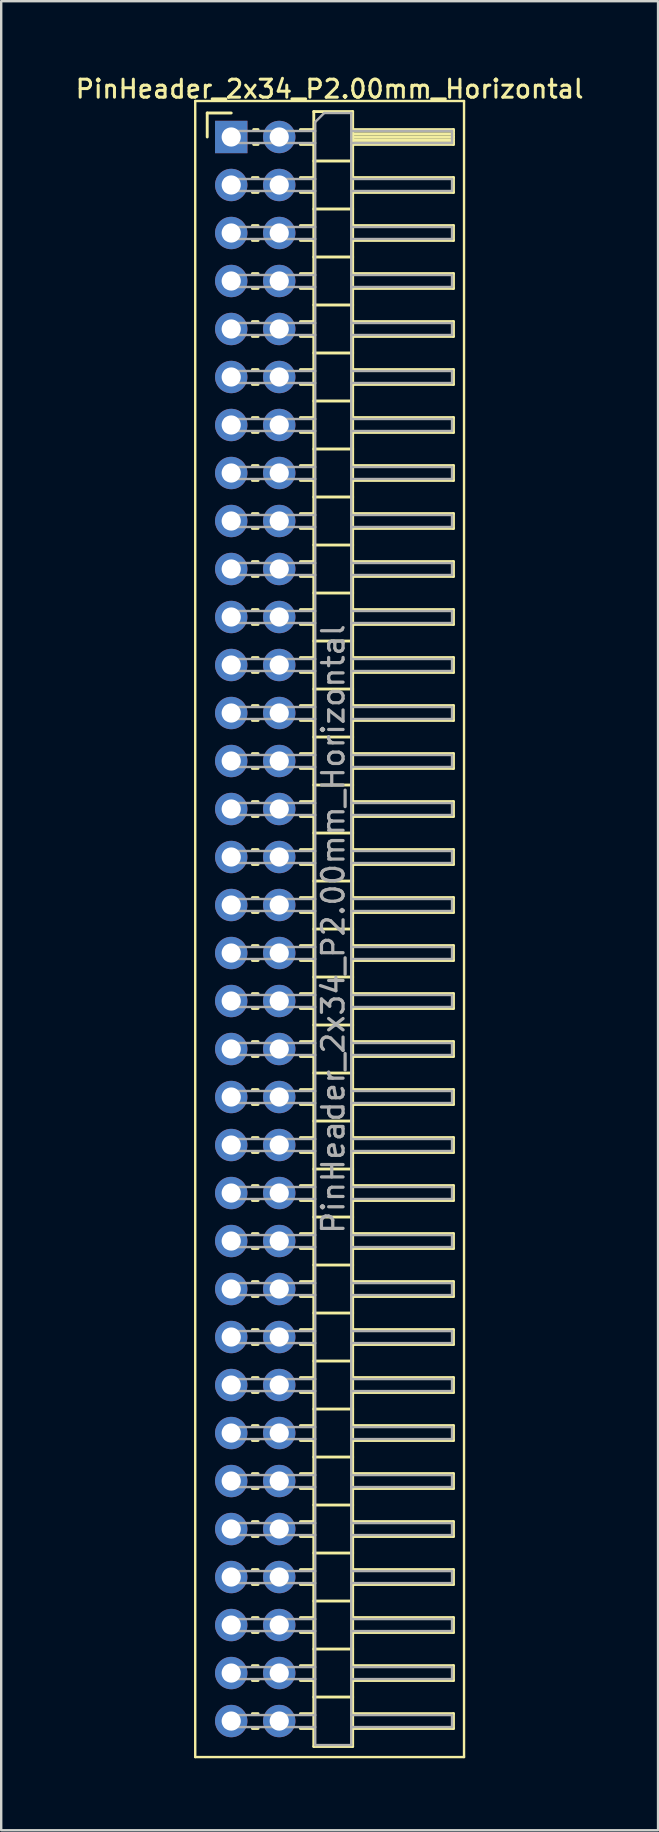
<source format=kicad_pcb>
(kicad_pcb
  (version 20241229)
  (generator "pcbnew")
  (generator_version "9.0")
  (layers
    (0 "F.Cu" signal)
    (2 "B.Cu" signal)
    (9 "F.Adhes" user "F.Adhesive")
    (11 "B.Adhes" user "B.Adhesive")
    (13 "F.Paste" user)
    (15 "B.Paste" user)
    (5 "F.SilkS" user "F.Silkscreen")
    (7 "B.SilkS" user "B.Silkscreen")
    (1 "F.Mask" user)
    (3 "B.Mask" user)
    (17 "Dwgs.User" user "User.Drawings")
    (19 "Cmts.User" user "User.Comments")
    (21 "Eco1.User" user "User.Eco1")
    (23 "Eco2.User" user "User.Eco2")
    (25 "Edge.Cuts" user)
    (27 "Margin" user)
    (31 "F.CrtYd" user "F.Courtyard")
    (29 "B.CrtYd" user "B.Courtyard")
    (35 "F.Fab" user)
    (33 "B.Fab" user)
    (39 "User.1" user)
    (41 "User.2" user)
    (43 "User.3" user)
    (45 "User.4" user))
  (footprint "PinHeader_2x34_P2.00mm_Horizontal"
    (layer "F.Cu")
    (at 6.584 2.658)
    (property "Reference" "PinHeader_2x34_P2.00mm_Horizontal" (at 4.1 -2 0) (layer "F.SilkS") (effects (font (size 0.75 0.75) (thickness 0.125))))
    (attr through_hole)
    (fp_line (start -1.5 -1.5) (end -1.5 67.5) (stroke (width 0.1) (type solid)) (layer "F.SilkS"))
    (fp_line (start -1.5 67.5) (end 9.7 67.5) (stroke (width 0.1) (type solid)) (layer "F.SilkS"))
    (fp_line (start -1 -1) (end 0 -1) (stroke (width 0.12) (type solid)) (layer "F.SilkS"))
    (fp_line (start -1 0) (end -1 -1) (stroke (width 0.12) (type solid)) (layer "F.SilkS"))
    (fp_line (start 0.882 1.69) (end 1.118 1.69) (stroke (width 0.12) (type solid)) (layer "F.SilkS"))
    (fp_line (start 0.882 2.31) (end 1.118 2.31) (stroke (width 0.12) (type solid)) (layer "F.SilkS"))
    (fp_line (start 0.882 3.69) (end 1.118 3.69) (stroke (width 0.12) (type solid)) (layer "F.SilkS"))
    (fp_line (start 0.882 4.31) (end 1.118 4.31) (stroke (width 0.12) (type solid)) (layer "F.SilkS"))
    (fp_line (start 0.882 5.69) (end 1.118 5.69) (stroke (width 0.12) (type solid)) (layer "F.SilkS"))
    (fp_line (start 0.882 6.31) (end 1.118 6.31) (stroke (width 0.12) (type solid)) (layer "F.SilkS"))
    (fp_line (start 0.882 7.69) (end 1.118 7.69) (stroke (width 0.12) (type solid)) (layer "F.SilkS"))
    (fp_line (start 0.882 8.31) (end 1.118 8.31) (stroke (width 0.12) (type solid)) (layer "F.SilkS"))
    (fp_line (start 0.882 9.69) (end 1.118 9.69) (stroke (width 0.12) (type solid)) (layer "F.SilkS"))
    (fp_line (start 0.882 10.31) (end 1.118 10.31) (stroke (width 0.12) (type solid)) (layer "F.SilkS"))
    (fp_line (start 0.882 11.69) (end 1.118 11.69) (stroke (width 0.12) (type solid)) (layer "F.SilkS"))
    (fp_line (start 0.882 12.31) (end 1.118 12.31) (stroke (width 0.12) (type solid)) (layer "F.SilkS"))
    (fp_line (start 0.882 13.69) (end 1.118 13.69) (stroke (width 0.12) (type solid)) (layer "F.SilkS"))
    (fp_line (start 0.882 14.31) (end 1.118 14.31) (stroke (width 0.12) (type solid)) (layer "F.SilkS"))
    (fp_line (start 0.882 15.69) (end 1.118 15.69) (stroke (width 0.12) (type solid)) (layer "F.SilkS"))
    (fp_line (start 0.882 16.31) (end 1.118 16.31) (stroke (width 0.12) (type solid)) (layer "F.SilkS"))
    (fp_line (start 0.882 17.69) (end 1.118 17.69) (stroke (width 0.12) (type solid)) (layer "F.SilkS"))
    (fp_line (start 0.882 18.31) (end 1.118 18.31) (stroke (width 0.12) (type solid)) (layer "F.SilkS"))
    (fp_line (start 0.882 19.69) (end 1.118 19.69) (stroke (width 0.12) (type solid)) (layer "F.SilkS"))
    (fp_line (start 0.882 20.31) (end 1.118 20.31) (stroke (width 0.12) (type solid)) (layer "F.SilkS"))
    (fp_line (start 0.882 21.69) (end 1.118 21.69) (stroke (width 0.12) (type solid)) (layer "F.SilkS"))
    (fp_line (start 0.882 22.31) (end 1.118 22.31) (stroke (width 0.12) (type solid)) (layer "F.SilkS"))
    (fp_line (start 0.882 23.69) (end 1.118 23.69) (stroke (width 0.12) (type solid)) (layer "F.SilkS"))
    (fp_line (start 0.882 24.31) (end 1.118 24.31) (stroke (width 0.12) (type solid)) (layer "F.SilkS"))
    (fp_line (start 0.882 25.69) (end 1.118 25.69) (stroke (width 0.12) (type solid)) (layer "F.SilkS"))
    (fp_line (start 0.882 26.31) (end 1.118 26.31) (stroke (width 0.12) (type solid)) (layer "F.SilkS"))
    (fp_line (start 0.882 27.69) (end 1.118 27.69) (stroke (width 0.12) (type solid)) (layer "F.SilkS"))
    (fp_line (start 0.882 28.31) (end 1.118 28.31) (stroke (width 0.12) (type solid)) (layer "F.SilkS"))
    (fp_line (start 0.882 29.69) (end 1.118 29.69) (stroke (width 0.12) (type solid)) (layer "F.SilkS"))
    (fp_line (start 0.882 30.31) (end 1.118 30.31) (stroke (width 0.12) (type solid)) (layer "F.SilkS"))
    (fp_line (start 0.882 31.69) (end 1.118 31.69) (stroke (width 0.12) (type solid)) (layer "F.SilkS"))
    (fp_line (start 0.882 32.31) (end 1.118 32.31) (stroke (width 0.12) (type solid)) (layer "F.SilkS"))
    (fp_line (start 0.882 33.69) (end 1.118 33.69) (stroke (width 0.12) (type solid)) (layer "F.SilkS"))
    (fp_line (start 0.882 34.31) (end 1.118 34.31) (stroke (width 0.12) (type solid)) (layer "F.SilkS"))
    (fp_line (start 0.882 35.69) (end 1.118 35.69) (stroke (width 0.12) (type solid)) (layer "F.SilkS"))
    (fp_line (start 0.882 36.31) (end 1.118 36.31) (stroke (width 0.12) (type solid)) (layer "F.SilkS"))
    (fp_line (start 0.882 37.69) (end 1.118 37.69) (stroke (width 0.12) (type solid)) (layer "F.SilkS"))
    (fp_line (start 0.882 38.31) (end 1.118 38.31) (stroke (width 0.12) (type solid)) (layer "F.SilkS"))
    (fp_line (start 0.882 39.69) (end 1.118 39.69) (stroke (width 0.12) (type solid)) (layer "F.SilkS"))
    (fp_line (start 0.882 40.31) (end 1.118 40.31) (stroke (width 0.12) (type solid)) (layer "F.SilkS"))
    (fp_line (start 0.882 41.69) (end 1.118 41.69) (stroke (width 0.12) (type solid)) (layer "F.SilkS"))
    (fp_line (start 0.882 42.31) (end 1.118 42.31) (stroke (width 0.12) (type solid)) (layer "F.SilkS"))
    (fp_line (start 0.882 43.69) (end 1.118 43.69) (stroke (width 0.12) (type solid)) (layer "F.SilkS"))
    (fp_line (start 0.882 44.31) (end 1.118 44.31) (stroke (width 0.12) (type solid)) (layer "F.SilkS"))
    (fp_line (start 0.882 45.69) (end 1.118 45.69) (stroke (width 0.12) (type solid)) (layer "F.SilkS"))
    (fp_line (start 0.882 46.31) (end 1.118 46.31) (stroke (width 0.12) (type solid)) (layer "F.SilkS"))
    (fp_line (start 0.882 47.69) (end 1.118 47.69) (stroke (width 0.12) (type solid)) (layer "F.SilkS"))
    (fp_line (start 0.882 48.31) (end 1.118 48.31) (stroke (width 0.12) (type solid)) (layer "F.SilkS"))
    (fp_line (start 0.882 49.69) (end 1.118 49.69) (stroke (width 0.12) (type solid)) (layer "F.SilkS"))
    (fp_line (start 0.882 50.31) (end 1.118 50.31) (stroke (width 0.12) (type solid)) (layer "F.SilkS"))
    (fp_line (start 0.882 51.69) (end 1.118 51.69) (stroke (width 0.12) (type solid)) (layer "F.SilkS"))
    (fp_line (start 0.882 52.31) (end 1.118 52.31) (stroke (width 0.12) (type solid)) (layer "F.SilkS"))
    (fp_line (start 0.882 53.69) (end 1.118 53.69) (stroke (width 0.12) (type solid)) (layer "F.SilkS"))
    (fp_line (start 0.882 54.31) (end 1.118 54.31) (stroke (width 0.12) (type solid)) (layer "F.SilkS"))
    (fp_line (start 0.882 55.69) (end 1.118 55.69) (stroke (width 0.12) (type solid)) (layer "F.SilkS"))
    (fp_line (start 0.882 56.31) (end 1.118 56.31) (stroke (width 0.12) (type solid)) (layer "F.SilkS"))
    (fp_line (start 0.882 57.69) (end 1.118 57.69) (stroke (width 0.12) (type solid)) (layer "F.SilkS"))
    (fp_line (start 0.882 58.31) (end 1.118 58.31) (stroke (width 0.12) (type solid)) (layer "F.SilkS"))
    (fp_line (start 0.882 59.69) (end 1.118 59.69) (stroke (width 0.12) (type solid)) (layer "F.SilkS"))
    (fp_line (start 0.882 60.31) (end 1.118 60.31) (stroke (width 0.12) (type solid)) (layer "F.SilkS"))
    (fp_line (start 0.882 61.69) (end 1.118 61.69) (stroke (width 0.12) (type solid)) (layer "F.SilkS"))
    (fp_line (start 0.882 62.31) (end 1.118 62.31) (stroke (width 0.12) (type solid)) (layer "F.SilkS"))
    (fp_line (start 0.882 63.69) (end 1.118 63.69) (stroke (width 0.12) (type solid)) (layer "F.SilkS"))
    (fp_line (start 0.882 64.31) (end 1.118 64.31) (stroke (width 0.12) (type solid)) (layer "F.SilkS"))
    (fp_line (start 0.882 65.69) (end 1.118 65.69) (stroke (width 0.12) (type solid)) (layer "F.SilkS"))
    (fp_line (start 0.882 66.31) (end 1.118 66.31) (stroke (width 0.12) (type solid)) (layer "F.SilkS"))
    (fp_line (start 0.935 -0.31) (end 1.118 -0.31) (stroke (width 0.12) (type solid)) (layer "F.SilkS"))
    (fp_line (start 0.935 0.31) (end 1.118 0.31) (stroke (width 0.12) (type solid)) (layer "F.SilkS"))
    (fp_line (start 2.882 -0.31) (end 3.44 -0.31) (stroke (width 0.12) (type solid)) (layer "F.SilkS"))
    (fp_line (start 2.882 0.31) (end 3.44 0.31) (stroke (width 0.12) (type solid)) (layer "F.SilkS"))
    (fp_line (start 2.882 1.69) (end 3.44 1.69) (stroke (width 0.12) (type solid)) (layer "F.SilkS"))
    (fp_line (start 2.882 2.31) (end 3.44 2.31) (stroke (width 0.12) (type solid)) (layer "F.SilkS"))
    (fp_line (start 2.882 3.69) (end 3.44 3.69) (stroke (width 0.12) (type solid)) (layer "F.SilkS"))
    (fp_line (start 2.882 4.31) (end 3.44 4.31) (stroke (width 0.12) (type solid)) (layer "F.SilkS"))
    (fp_line (start 2.882 5.69) (end 3.44 5.69) (stroke (width 0.12) (type solid)) (layer "F.SilkS"))
    (fp_line (start 2.882 6.31) (end 3.44 6.31) (stroke (width 0.12) (type solid)) (layer "F.SilkS"))
    (fp_line (start 2.882 7.69) (end 3.44 7.69) (stroke (width 0.12) (type solid)) (layer "F.SilkS"))
    (fp_line (start 2.882 8.31) (end 3.44 8.31) (stroke (width 0.12) (type solid)) (layer "F.SilkS"))
    (fp_line (start 2.882 9.69) (end 3.44 9.69) (stroke (width 0.12) (type solid)) (layer "F.SilkS"))
    (fp_line (start 2.882 10.31) (end 3.44 10.31) (stroke (width 0.12) (type solid)) (layer "F.SilkS"))
    (fp_line (start 2.882 11.69) (end 3.44 11.69) (stroke (width 0.12) (type solid)) (layer "F.SilkS"))
    (fp_line (start 2.882 12.31) (end 3.44 12.31) (stroke (width 0.12) (type solid)) (layer "F.SilkS"))
    (fp_line (start 2.882 13.69) (end 3.44 13.69) (stroke (width 0.12) (type solid)) (layer "F.SilkS"))
    (fp_line (start 2.882 14.31) (end 3.44 14.31) (stroke (width 0.12) (type solid)) (layer "F.SilkS"))
    (fp_line (start 2.882 15.69) (end 3.44 15.69) (stroke (width 0.12) (type solid)) (layer "F.SilkS"))
    (fp_line (start 2.882 16.31) (end 3.44 16.31) (stroke (width 0.12) (type solid)) (layer "F.SilkS"))
    (fp_line (start 2.882 17.69) (end 3.44 17.69) (stroke (width 0.12) (type solid)) (layer "F.SilkS"))
    (fp_line (start 2.882 18.31) (end 3.44 18.31) (stroke (width 0.12) (type solid)) (layer "F.SilkS"))
    (fp_line (start 2.882 19.69) (end 3.44 19.69) (stroke (width 0.12) (type solid)) (layer "F.SilkS"))
    (fp_line (start 2.882 20.31) (end 3.44 20.31) (stroke (width 0.12) (type solid)) (layer "F.SilkS"))
    (fp_line (start 2.882 21.69) (end 3.44 21.69) (stroke (width 0.12) (type solid)) (layer "F.SilkS"))
    (fp_line (start 2.882 22.31) (end 3.44 22.31) (stroke (width 0.12) (type solid)) (layer "F.SilkS"))
    (fp_line (start 2.882 23.69) (end 3.44 23.69) (stroke (width 0.12) (type solid)) (layer "F.SilkS"))
    (fp_line (start 2.882 24.31) (end 3.44 24.31) (stroke (width 0.12) (type solid)) (layer "F.SilkS"))
    (fp_line (start 2.882 25.69) (end 3.44 25.69) (stroke (width 0.12) (type solid)) (layer "F.SilkS"))
    (fp_line (start 2.882 26.31) (end 3.44 26.31) (stroke (width 0.12) (type solid)) (layer "F.SilkS"))
    (fp_line (start 2.882 27.69) (end 3.44 27.69) (stroke (width 0.12) (type solid)) (layer "F.SilkS"))
    (fp_line (start 2.882 28.31) (end 3.44 28.31) (stroke (width 0.12) (type solid)) (layer "F.SilkS"))
    (fp_line (start 2.882 29.69) (end 3.44 29.69) (stroke (width 0.12) (type solid)) (layer "F.SilkS"))
    (fp_line (start 2.882 30.31) (end 3.44 30.31) (stroke (width 0.12) (type solid)) (layer "F.SilkS"))
    (fp_line (start 2.882 31.69) (end 3.44 31.69) (stroke (width 0.12) (type solid)) (layer "F.SilkS"))
    (fp_line (start 2.882 32.31) (end 3.44 32.31) (stroke (width 0.12) (type solid)) (layer "F.SilkS"))
    (fp_line (start 2.882 33.69) (end 3.44 33.69) (stroke (width 0.12) (type solid)) (layer "F.SilkS"))
    (fp_line (start 2.882 34.31) (end 3.44 34.31) (stroke (width 0.12) (type solid)) (layer "F.SilkS"))
    (fp_line (start 2.882 35.69) (end 3.44 35.69) (stroke (width 0.12) (type solid)) (layer "F.SilkS"))
    (fp_line (start 2.882 36.31) (end 3.44 36.31) (stroke (width 0.12) (type solid)) (layer "F.SilkS"))
    (fp_line (start 2.882 37.69) (end 3.44 37.69) (stroke (width 0.12) (type solid)) (layer "F.SilkS"))
    (fp_line (start 2.882 38.31) (end 3.44 38.31) (stroke (width 0.12) (type solid)) (layer "F.SilkS"))
    (fp_line (start 2.882 39.69) (end 3.44 39.69) (stroke (width 0.12) (type solid)) (layer "F.SilkS"))
    (fp_line (start 2.882 40.31) (end 3.44 40.31) (stroke (width 0.12) (type solid)) (layer "F.SilkS"))
    (fp_line (start 2.882 41.69) (end 3.44 41.69) (stroke (width 0.12) (type solid)) (layer "F.SilkS"))
    (fp_line (start 2.882 42.31) (end 3.44 42.31) (stroke (width 0.12) (type solid)) (layer "F.SilkS"))
    (fp_line (start 2.882 43.69) (end 3.44 43.69) (stroke (width 0.12) (type solid)) (layer "F.SilkS"))
    (fp_line (start 2.882 44.31) (end 3.44 44.31) (stroke (width 0.12) (type solid)) (layer "F.SilkS"))
    (fp_line (start 2.882 45.69) (end 3.44 45.69) (stroke (width 0.12) (type solid)) (layer "F.SilkS"))
    (fp_line (start 2.882 46.31) (end 3.44 46.31) (stroke (width 0.12) (type solid)) (layer "F.SilkS"))
    (fp_line (start 2.882 47.69) (end 3.44 47.69) (stroke (width 0.12) (type solid)) (layer "F.SilkS"))
    (fp_line (start 2.882 48.31) (end 3.44 48.31) (stroke (width 0.12) (type solid)) (layer "F.SilkS"))
    (fp_line (start 2.882 49.69) (end 3.44 49.69) (stroke (width 0.12) (type solid)) (layer "F.SilkS"))
    (fp_line (start 2.882 50.31) (end 3.44 50.31) (stroke (width 0.12) (type solid)) (layer "F.SilkS"))
    (fp_line (start 2.882 51.69) (end 3.44 51.69) (stroke (width 0.12) (type solid)) (layer "F.SilkS"))
    (fp_line (start 2.882 52.31) (end 3.44 52.31) (stroke (width 0.12) (type solid)) (layer "F.SilkS"))
    (fp_line (start 2.882 53.69) (end 3.44 53.69) (stroke (width 0.12) (type solid)) (layer "F.SilkS"))
    (fp_line (start 2.882 54.31) (end 3.44 54.31) (stroke (width 0.12) (type solid)) (layer "F.SilkS"))
    (fp_line (start 2.882 55.69) (end 3.44 55.69) (stroke (width 0.12) (type solid)) (layer "F.SilkS"))
    (fp_line (start 2.882 56.31) (end 3.44 56.31) (stroke (width 0.12) (type solid)) (layer "F.SilkS"))
    (fp_line (start 2.882 57.69) (end 3.44 57.69) (stroke (width 0.12) (type solid)) (layer "F.SilkS"))
    (fp_line (start 2.882 58.31) (end 3.44 58.31) (stroke (width 0.12) (type solid)) (layer "F.SilkS"))
    (fp_line (start 2.882 59.69) (end 3.44 59.69) (stroke (width 0.12) (type solid)) (layer "F.SilkS"))
    (fp_line (start 2.882 60.31) (end 3.44 60.31) (stroke (width 0.12) (type solid)) (layer "F.SilkS"))
    (fp_line (start 2.882 61.69) (end 3.44 61.69) (stroke (width 0.12) (type solid)) (layer "F.SilkS"))
    (fp_line (start 2.882 62.31) (end 3.44 62.31) (stroke (width 0.12) (type solid)) (layer "F.SilkS"))
    (fp_line (start 2.882 63.69) (end 3.44 63.69) (stroke (width 0.12) (type solid)) (layer "F.SilkS"))
    (fp_line (start 2.882 64.31) (end 3.44 64.31) (stroke (width 0.12) (type solid)) (layer "F.SilkS"))
    (fp_line (start 2.882 65.69) (end 3.44 65.69) (stroke (width 0.12) (type solid)) (layer "F.SilkS"))
    (fp_line (start 2.882 66.31) (end 3.44 66.31) (stroke (width 0.12) (type solid)) (layer "F.SilkS"))
    (fp_line (start 3.44 -1.06) (end 3.44 67.06) (stroke (width 0.12) (type solid)) (layer "F.SilkS"))
    (fp_line (start 3.44 1) (end 5.06 1) (stroke (width 0.12) (type solid)) (layer "F.SilkS"))
    (fp_line (start 3.44 3) (end 5.06 3) (stroke (width 0.12) (type solid)) (layer "F.SilkS"))
    (fp_line (start 3.44 5) (end 5.06 5) (stroke (width 0.12) (type solid)) (layer "F.SilkS"))
    (fp_line (start 3.44 7) (end 5.06 7) (stroke (width 0.12) (type solid)) (layer "F.SilkS"))
    (fp_line (start 3.44 9) (end 5.06 9) (stroke (width 0.12) (type solid)) (layer "F.SilkS"))
    (fp_line (start 3.44 11) (end 5.06 11) (stroke (width 0.12) (type solid)) (layer "F.SilkS"))
    (fp_line (start 3.44 13) (end 5.06 13) (stroke (width 0.12) (type solid)) (layer "F.SilkS"))
    (fp_line (start 3.44 15) (end 5.06 15) (stroke (width 0.12) (type solid)) (layer "F.SilkS"))
    (fp_line (start 3.44 17) (end 5.06 17) (stroke (width 0.12) (type solid)) (layer "F.SilkS"))
    (fp_line (start 3.44 19) (end 5.06 19) (stroke (width 0.12) (type solid)) (layer "F.SilkS"))
    (fp_line (start 3.44 21) (end 5.06 21) (stroke (width 0.12) (type solid)) (layer "F.SilkS"))
    (fp_line (start 3.44 23) (end 5.06 23) (stroke (width 0.12) (type solid)) (layer "F.SilkS"))
    (fp_line (start 3.44 25) (end 5.06 25) (stroke (width 0.12) (type solid)) (layer "F.SilkS"))
    (fp_line (start 3.44 27) (end 5.06 27) (stroke (width 0.12) (type solid)) (layer "F.SilkS"))
    (fp_line (start 3.44 29) (end 5.06 29) (stroke (width 0.12) (type solid)) (layer "F.SilkS"))
    (fp_line (start 3.44 31) (end 5.06 31) (stroke (width 0.12) (type solid)) (layer "F.SilkS"))
    (fp_line (start 3.44 33) (end 5.06 33) (stroke (width 0.12) (type solid)) (layer "F.SilkS"))
    (fp_line (start 3.44 35) (end 5.06 35) (stroke (width 0.12) (type solid)) (layer "F.SilkS"))
    (fp_line (start 3.44 37) (end 5.06 37) (stroke (width 0.12) (type solid)) (layer "F.SilkS"))
    (fp_line (start 3.44 39) (end 5.06 39) (stroke (width 0.12) (type solid)) (layer "F.SilkS"))
    (fp_line (start 3.44 41) (end 5.06 41) (stroke (width 0.12) (type solid)) (layer "F.SilkS"))
    (fp_line (start 3.44 43) (end 5.06 43) (stroke (width 0.12) (type solid)) (layer "F.SilkS"))
    (fp_line (start 3.44 45) (end 5.06 45) (stroke (width 0.12) (type solid)) (layer "F.SilkS"))
    (fp_line (start 3.44 47) (end 5.06 47) (stroke (width 0.12) (type solid)) (layer "F.SilkS"))
    (fp_line (start 3.44 49) (end 5.06 49) (stroke (width 0.12) (type solid)) (layer "F.SilkS"))
    (fp_line (start 3.44 51) (end 5.06 51) (stroke (width 0.12) (type solid)) (layer "F.SilkS"))
    (fp_line (start 3.44 53) (end 5.06 53) (stroke (width 0.12) (type solid)) (layer "F.SilkS"))
    (fp_line (start 3.44 55) (end 5.06 55) (stroke (width 0.12) (type solid)) (layer "F.SilkS"))
    (fp_line (start 3.44 57) (end 5.06 57) (stroke (width 0.12) (type solid)) (layer "F.SilkS"))
    (fp_line (start 3.44 59) (end 5.06 59) (stroke (width 0.12) (type solid)) (layer "F.SilkS"))
    (fp_line (start 3.44 61) (end 5.06 61) (stroke (width 0.12) (type solid)) (layer "F.SilkS"))
    (fp_line (start 3.44 63) (end 5.06 63) (stroke (width 0.12) (type solid)) (layer "F.SilkS"))
    (fp_line (start 3.44 65) (end 5.06 65) (stroke (width 0.12) (type solid)) (layer "F.SilkS"))
    (fp_line (start 3.44 67.06) (end 5.06 67.06) (stroke (width 0.12) (type solid)) (layer "F.SilkS"))
    (fp_line (start 5.06 -1.06) (end 3.44 -1.06) (stroke (width 0.12) (type solid)) (layer "F.SilkS"))
    (fp_line (start 5.06 -0.31) (end 9.26 -0.31) (stroke (width 0.12) (type solid)) (layer "F.SilkS"))
    (fp_line (start 5.06 -0.25) (end 9.26 -0.25) (stroke (width 0.12) (type solid)) (layer "F.SilkS"))
    (fp_line (start 5.06 -0.13) (end 9.26 -0.13) (stroke (width 0.12) (type solid)) (layer "F.SilkS"))
    (fp_line (start 5.06 -0.01) (end 9.26 -0.01) (stroke (width 0.12) (type solid)) (layer "F.SilkS"))
    (fp_line (start 5.06 0.11) (end 9.26 0.11) (stroke (width 0.12) (type solid)) (layer "F.SilkS"))
    (fp_line (start 5.06 0.23) (end 9.26 0.23) (stroke (width 0.12) (type solid)) (layer "F.SilkS"))
    (fp_line (start 5.06 1.69) (end 9.26 1.69) (stroke (width 0.12) (type solid)) (layer "F.SilkS"))
    (fp_line (start 5.06 3.69) (end 9.26 3.69) (stroke (width 0.12) (type solid)) (layer "F.SilkS"))
    (fp_line (start 5.06 5.69) (end 9.26 5.69) (stroke (width 0.12) (type solid)) (layer "F.SilkS"))
    (fp_line (start 5.06 7.69) (end 9.26 7.69) (stroke (width 0.12) (type solid)) (layer "F.SilkS"))
    (fp_line (start 5.06 9.69) (end 9.26 9.69) (stroke (width 0.12) (type solid)) (layer "F.SilkS"))
    (fp_line (start 5.06 11.69) (end 9.26 11.69) (stroke (width 0.12) (type solid)) (layer "F.SilkS"))
    (fp_line (start 5.06 13.69) (end 9.26 13.69) (stroke (width 0.12) (type solid)) (layer "F.SilkS"))
    (fp_line (start 5.06 15.69) (end 9.26 15.69) (stroke (width 0.12) (type solid)) (layer "F.SilkS"))
    (fp_line (start 5.06 17.69) (end 9.26 17.69) (stroke (width 0.12) (type solid)) (layer "F.SilkS"))
    (fp_line (start 5.06 19.69) (end 9.26 19.69) (stroke (width 0.12) (type solid)) (layer "F.SilkS"))
    (fp_line (start 5.06 21.69) (end 9.26 21.69) (stroke (width 0.12) (type solid)) (layer "F.SilkS"))
    (fp_line (start 5.06 23.69) (end 9.26 23.69) (stroke (width 0.12) (type solid)) (layer "F.SilkS"))
    (fp_line (start 5.06 25.69) (end 9.26 25.69) (stroke (width 0.12) (type solid)) (layer "F.SilkS"))
    (fp_line (start 5.06 27.69) (end 9.26 27.69) (stroke (width 0.12) (type solid)) (layer "F.SilkS"))
    (fp_line (start 5.06 29.69) (end 9.26 29.69) (stroke (width 0.12) (type solid)) (layer "F.SilkS"))
    (fp_line (start 5.06 31.69) (end 9.26 31.69) (stroke (width 0.12) (type solid)) (layer "F.SilkS"))
    (fp_line (start 5.06 33.69) (end 9.26 33.69) (stroke (width 0.12) (type solid)) (layer "F.SilkS"))
    (fp_line (start 5.06 35.69) (end 9.26 35.69) (stroke (width 0.12) (type solid)) (layer "F.SilkS"))
    (fp_line (start 5.06 37.69) (end 9.26 37.69) (stroke (width 0.12) (type solid)) (layer "F.SilkS"))
    (fp_line (start 5.06 39.69) (end 9.26 39.69) (stroke (width 0.12) (type solid)) (layer "F.SilkS"))
    (fp_line (start 5.06 41.69) (end 9.26 41.69) (stroke (width 0.12) (type solid)) (layer "F.SilkS"))
    (fp_line (start 5.06 43.69) (end 9.26 43.69) (stroke (width 0.12) (type solid)) (layer "F.SilkS"))
    (fp_line (start 5.06 45.69) (end 9.26 45.69) (stroke (width 0.12) (type solid)) (layer "F.SilkS"))
    (fp_line (start 5.06 47.69) (end 9.26 47.69) (stroke (width 0.12) (type solid)) (layer "F.SilkS"))
    (fp_line (start 5.06 49.69) (end 9.26 49.69) (stroke (width 0.12) (type solid)) (layer "F.SilkS"))
    (fp_line (start 5.06 51.69) (end 9.26 51.69) (stroke (width 0.12) (type solid)) (layer "F.SilkS"))
    (fp_line (start 5.06 53.69) (end 9.26 53.69) (stroke (width 0.12) (type solid)) (layer "F.SilkS"))
    (fp_line (start 5.06 55.69) (end 9.26 55.69) (stroke (width 0.12) (type solid)) (layer "F.SilkS"))
    (fp_line (start 5.06 57.69) (end 9.26 57.69) (stroke (width 0.12) (type solid)) (layer "F.SilkS"))
    (fp_line (start 5.06 59.69) (end 9.26 59.69) (stroke (width 0.12) (type solid)) (layer "F.SilkS"))
    (fp_line (start 5.06 61.69) (end 9.26 61.69) (stroke (width 0.12) (type solid)) (layer "F.SilkS"))
    (fp_line (start 5.06 63.69) (end 9.26 63.69) (stroke (width 0.12) (type solid)) (layer "F.SilkS"))
    (fp_line (start 5.06 65.69) (end 9.26 65.69) (stroke (width 0.12) (type solid)) (layer "F.SilkS"))
    (fp_line (start 5.06 67.06) (end 5.06 -1.06) (stroke (width 0.12) (type solid)) (layer "F.SilkS"))
    (fp_line (start 9.26 -0.31) (end 9.26 0.31) (stroke (width 0.12) (type solid)) (layer "F.SilkS"))
    (fp_line (start 9.26 0.31) (end 5.06 0.31) (stroke (width 0.12) (type solid)) (layer "F.SilkS"))
    (fp_line (start 9.26 1.69) (end 9.26 2.31) (stroke (width 0.12) (type solid)) (layer "F.SilkS"))
    (fp_line (start 9.26 2.31) (end 5.06 2.31) (stroke (width 0.12) (type solid)) (layer "F.SilkS"))
    (fp_line (start 9.26 3.69) (end 9.26 4.31) (stroke (width 0.12) (type solid)) (layer "F.SilkS"))
    (fp_line (start 9.26 4.31) (end 5.06 4.31) (stroke (width 0.12) (type solid)) (layer "F.SilkS"))
    (fp_line (start 9.26 5.69) (end 9.26 6.31) (stroke (width 0.12) (type solid)) (layer "F.SilkS"))
    (fp_line (start 9.26 6.31) (end 5.06 6.31) (stroke (width 0.12) (type solid)) (layer "F.SilkS"))
    (fp_line (start 9.26 7.69) (end 9.26 8.31) (stroke (width 0.12) (type solid)) (layer "F.SilkS"))
    (fp_line (start 9.26 8.31) (end 5.06 8.31) (stroke (width 0.12) (type solid)) (layer "F.SilkS"))
    (fp_line (start 9.26 9.69) (end 9.26 10.31) (stroke (width 0.12) (type solid)) (layer "F.SilkS"))
    (fp_line (start 9.26 10.31) (end 5.06 10.31) (stroke (width 0.12) (type solid)) (layer "F.SilkS"))
    (fp_line (start 9.26 11.69) (end 9.26 12.31) (stroke (width 0.12) (type solid)) (layer "F.SilkS"))
    (fp_line (start 9.26 12.31) (end 5.06 12.31) (stroke (width 0.12) (type solid)) (layer "F.SilkS"))
    (fp_line (start 9.26 13.69) (end 9.26 14.31) (stroke (width 0.12) (type solid)) (layer "F.SilkS"))
    (fp_line (start 9.26 14.31) (end 5.06 14.31) (stroke (width 0.12) (type solid)) (layer "F.SilkS"))
    (fp_line (start 9.26 15.69) (end 9.26 16.31) (stroke (width 0.12) (type solid)) (layer "F.SilkS"))
    (fp_line (start 9.26 16.31) (end 5.06 16.31) (stroke (width 0.12) (type solid)) (layer "F.SilkS"))
    (fp_line (start 9.26 17.69) (end 9.26 18.31) (stroke (width 0.12) (type solid)) (layer "F.SilkS"))
    (fp_line (start 9.26 18.31) (end 5.06 18.31) (stroke (width 0.12) (type solid)) (layer "F.SilkS"))
    (fp_line (start 9.26 19.69) (end 9.26 20.31) (stroke (width 0.12) (type solid)) (layer "F.SilkS"))
    (fp_line (start 9.26 20.31) (end 5.06 20.31) (stroke (width 0.12) (type solid)) (layer "F.SilkS"))
    (fp_line (start 9.26 21.69) (end 9.26 22.31) (stroke (width 0.12) (type solid)) (layer "F.SilkS"))
    (fp_line (start 9.26 22.31) (end 5.06 22.31) (stroke (width 0.12) (type solid)) (layer "F.SilkS"))
    (fp_line (start 9.26 23.69) (end 9.26 24.31) (stroke (width 0.12) (type solid)) (layer "F.SilkS"))
    (fp_line (start 9.26 24.31) (end 5.06 24.31) (stroke (width 0.12) (type solid)) (layer "F.SilkS"))
    (fp_line (start 9.26 25.69) (end 9.26 26.31) (stroke (width 0.12) (type solid)) (layer "F.SilkS"))
    (fp_line (start 9.26 26.31) (end 5.06 26.31) (stroke (width 0.12) (type solid)) (layer "F.SilkS"))
    (fp_line (start 9.26 27.69) (end 9.26 28.31) (stroke (width 0.12) (type solid)) (layer "F.SilkS"))
    (fp_line (start 9.26 28.31) (end 5.06 28.31) (stroke (width 0.12) (type solid)) (layer "F.SilkS"))
    (fp_line (start 9.26 29.69) (end 9.26 30.31) (stroke (width 0.12) (type solid)) (layer "F.SilkS"))
    (fp_line (start 9.26 30.31) (end 5.06 30.31) (stroke (width 0.12) (type solid)) (layer "F.SilkS"))
    (fp_line (start 9.26 31.69) (end 9.26 32.31) (stroke (width 0.12) (type solid)) (layer "F.SilkS"))
    (fp_line (start 9.26 32.31) (end 5.06 32.31) (stroke (width 0.12) (type solid)) (layer "F.SilkS"))
    (fp_line (start 9.26 33.69) (end 9.26 34.31) (stroke (width 0.12) (type solid)) (layer "F.SilkS"))
    (fp_line (start 9.26 34.31) (end 5.06 34.31) (stroke (width 0.12) (type solid)) (layer "F.SilkS"))
    (fp_line (start 9.26 35.69) (end 9.26 36.31) (stroke (width 0.12) (type solid)) (layer "F.SilkS"))
    (fp_line (start 9.26 36.31) (end 5.06 36.31) (stroke (width 0.12) (type solid)) (layer "F.SilkS"))
    (fp_line (start 9.26 37.69) (end 9.26 38.31) (stroke (width 0.12) (type solid)) (layer "F.SilkS"))
    (fp_line (start 9.26 38.31) (end 5.06 38.31) (stroke (width 0.12) (type solid)) (layer "F.SilkS"))
    (fp_line (start 9.26 39.69) (end 9.26 40.31) (stroke (width 0.12) (type solid)) (layer "F.SilkS"))
    (fp_line (start 9.26 40.31) (end 5.06 40.31) (stroke (width 0.12) (type solid)) (layer "F.SilkS"))
    (fp_line (start 9.26 41.69) (end 9.26 42.31) (stroke (width 0.12) (type solid)) (layer "F.SilkS"))
    (fp_line (start 9.26 42.31) (end 5.06 42.31) (stroke (width 0.12) (type solid)) (layer "F.SilkS"))
    (fp_line (start 9.26 43.69) (end 9.26 44.31) (stroke (width 0.12) (type solid)) (layer "F.SilkS"))
    (fp_line (start 9.26 44.31) (end 5.06 44.31) (stroke (width 0.12) (type solid)) (layer "F.SilkS"))
    (fp_line (start 9.26 45.69) (end 9.26 46.31) (stroke (width 0.12) (type solid)) (layer "F.SilkS"))
    (fp_line (start 9.26 46.31) (end 5.06 46.31) (stroke (width 0.12) (type solid)) (layer "F.SilkS"))
    (fp_line (start 9.26 47.69) (end 9.26 48.31) (stroke (width 0.12) (type solid)) (layer "F.SilkS"))
    (fp_line (start 9.26 48.31) (end 5.06 48.31) (stroke (width 0.12) (type solid)) (layer "F.SilkS"))
    (fp_line (start 9.26 49.69) (end 9.26 50.31) (stroke (width 0.12) (type solid)) (layer "F.SilkS"))
    (fp_line (start 9.26 50.31) (end 5.06 50.31) (stroke (width 0.12) (type solid)) (layer "F.SilkS"))
    (fp_line (start 9.26 51.69) (end 9.26 52.31) (stroke (width 0.12) (type solid)) (layer "F.SilkS"))
    (fp_line (start 9.26 52.31) (end 5.06 52.31) (stroke (width 0.12) (type solid)) (layer "F.SilkS"))
    (fp_line (start 9.26 53.69) (end 9.26 54.31) (stroke (width 0.12) (type solid)) (layer "F.SilkS"))
    (fp_line (start 9.26 54.31) (end 5.06 54.31) (stroke (width 0.12) (type solid)) (layer "F.SilkS"))
    (fp_line (start 9.26 55.69) (end 9.26 56.31) (stroke (width 0.12) (type solid)) (layer "F.SilkS"))
    (fp_line (start 9.26 56.31) (end 5.06 56.31) (stroke (width 0.12) (type solid)) (layer "F.SilkS"))
    (fp_line (start 9.26 57.69) (end 9.26 58.31) (stroke (width 0.12) (type solid)) (layer "F.SilkS"))
    (fp_line (start 9.26 58.31) (end 5.06 58.31) (stroke (width 0.12) (type solid)) (layer "F.SilkS"))
    (fp_line (start 9.26 59.69) (end 9.26 60.31) (stroke (width 0.12) (type solid)) (layer "F.SilkS"))
    (fp_line (start 9.26 60.31) (end 5.06 60.31) (stroke (width 0.12) (type solid)) (layer "F.SilkS"))
    (fp_line (start 9.26 61.69) (end 9.26 62.31) (stroke (width 0.12) (type solid)) (layer "F.SilkS"))
    (fp_line (start 9.26 62.31) (end 5.06 62.31) (stroke (width 0.12) (type solid)) (layer "F.SilkS"))
    (fp_line (start 9.26 63.69) (end 9.26 64.31) (stroke (width 0.12) (type solid)) (layer "F.SilkS"))
    (fp_line (start 9.26 64.31) (end 5.06 64.31) (stroke (width 0.12) (type solid)) (layer "F.SilkS"))
    (fp_line (start 9.26 65.69) (end 9.26 66.31) (stroke (width 0.12) (type solid)) (layer "F.SilkS"))
    (fp_line (start 9.26 66.31) (end 5.06 66.31) (stroke (width 0.12) (type solid)) (layer "F.SilkS"))
    (fp_line (start 9.7 -1.5) (end -1.5 -1.5) (stroke (width 0.1) (type solid)) (layer "F.SilkS"))
    (fp_line (start 9.7 67.5) (end 9.7 -1.5) (stroke (width 0.1) (type solid)) (layer "F.SilkS"))
    (fp_line (start -0.25 -0.25) (end -0.25 0.25) (stroke (width 0.1) (type solid)) (layer "F.Fab"))
    (fp_line (start -0.25 -0.25) (end 3.5 -0.25) (stroke (width 0.1) (type solid)) (layer "F.Fab"))
    (fp_line (start -0.25 0.25) (end 3.5 0.25) (stroke (width 0.1) (type solid)) (layer "F.Fab"))
    (fp_line (start -0.25 1.75) (end -0.25 2.25) (stroke (width 0.1) (type solid)) (layer "F.Fab"))
    (fp_line (start -0.25 1.75) (end 3.5 1.75) (stroke (width 0.1) (type solid)) (layer "F.Fab"))
    (fp_line (start -0.25 2.25) (end 3.5 2.25) (stroke (width 0.1) (type solid)) (layer "F.Fab"))
    (fp_line (start -0.25 3.75) (end -0.25 4.25) (stroke (width 0.1) (type solid)) (layer "F.Fab"))
    (fp_line (start -0.25 3.75) (end 3.5 3.75) (stroke (width 0.1) (type solid)) (layer "F.Fab"))
    (fp_line (start -0.25 4.25) (end 3.5 4.25) (stroke (width 0.1) (type solid)) (layer "F.Fab"))
    (fp_line (start -0.25 5.75) (end -0.25 6.25) (stroke (width 0.1) (type solid)) (layer "F.Fab"))
    (fp_line (start -0.25 5.75) (end 3.5 5.75) (stroke (width 0.1) (type solid)) (layer "F.Fab"))
    (fp_line (start -0.25 6.25) (end 3.5 6.25) (stroke (width 0.1) (type solid)) (layer "F.Fab"))
    (fp_line (start -0.25 7.75) (end -0.25 8.25) (stroke (width 0.1) (type solid)) (layer "F.Fab"))
    (fp_line (start -0.25 7.75) (end 3.5 7.75) (stroke (width 0.1) (type solid)) (layer "F.Fab"))
    (fp_line (start -0.25 8.25) (end 3.5 8.25) (stroke (width 0.1) (type solid)) (layer "F.Fab"))
    (fp_line (start -0.25 9.75) (end -0.25 10.25) (stroke (width 0.1) (type solid)) (layer "F.Fab"))
    (fp_line (start -0.25 9.75) (end 3.5 9.75) (stroke (width 0.1) (type solid)) (layer "F.Fab"))
    (fp_line (start -0.25 10.25) (end 3.5 10.25) (stroke (width 0.1) (type solid)) (layer "F.Fab"))
    (fp_line (start -0.25 11.75) (end -0.25 12.25) (stroke (width 0.1) (type solid)) (layer "F.Fab"))
    (fp_line (start -0.25 11.75) (end 3.5 11.75) (stroke (width 0.1) (type solid)) (layer "F.Fab"))
    (fp_line (start -0.25 12.25) (end 3.5 12.25) (stroke (width 0.1) (type solid)) (layer "F.Fab"))
    (fp_line (start -0.25 13.75) (end -0.25 14.25) (stroke (width 0.1) (type solid)) (layer "F.Fab"))
    (fp_line (start -0.25 13.75) (end 3.5 13.75) (stroke (width 0.1) (type solid)) (layer "F.Fab"))
    (fp_line (start -0.25 14.25) (end 3.5 14.25) (stroke (width 0.1) (type solid)) (layer "F.Fab"))
    (fp_line (start -0.25 15.75) (end -0.25 16.25) (stroke (width 0.1) (type solid)) (layer "F.Fab"))
    (fp_line (start -0.25 15.75) (end 3.5 15.75) (stroke (width 0.1) (type solid)) (layer "F.Fab"))
    (fp_line (start -0.25 16.25) (end 3.5 16.25) (stroke (width 0.1) (type solid)) (layer "F.Fab"))
    (fp_line (start -0.25 17.75) (end -0.25 18.25) (stroke (width 0.1) (type solid)) (layer "F.Fab"))
    (fp_line (start -0.25 17.75) (end 3.5 17.75) (stroke (width 0.1) (type solid)) (layer "F.Fab"))
    (fp_line (start -0.25 18.25) (end 3.5 18.25) (stroke (width 0.1) (type solid)) (layer "F.Fab"))
    (fp_line (start -0.25 19.75) (end -0.25 20.25) (stroke (width 0.1) (type solid)) (layer "F.Fab"))
    (fp_line (start -0.25 19.75) (end 3.5 19.75) (stroke (width 0.1) (type solid)) (layer "F.Fab"))
    (fp_line (start -0.25 20.25) (end 3.5 20.25) (stroke (width 0.1) (type solid)) (layer "F.Fab"))
    (fp_line (start -0.25 21.75) (end -0.25 22.25) (stroke (width 0.1) (type solid)) (layer "F.Fab"))
    (fp_line (start -0.25 21.75) (end 3.5 21.75) (stroke (width 0.1) (type solid)) (layer "F.Fab"))
    (fp_line (start -0.25 22.25) (end 3.5 22.25) (stroke (width 0.1) (type solid)) (layer "F.Fab"))
    (fp_line (start -0.25 23.75) (end -0.25 24.25) (stroke (width 0.1) (type solid)) (layer "F.Fab"))
    (fp_line (start -0.25 23.75) (end 3.5 23.75) (stroke (width 0.1) (type solid)) (layer "F.Fab"))
    (fp_line (start -0.25 24.25) (end 3.5 24.25) (stroke (width 0.1) (type solid)) (layer "F.Fab"))
    (fp_line (start -0.25 25.75) (end -0.25 26.25) (stroke (width 0.1) (type solid)) (layer "F.Fab"))
    (fp_line (start -0.25 25.75) (end 3.5 25.75) (stroke (width 0.1) (type solid)) (layer "F.Fab"))
    (fp_line (start -0.25 26.25) (end 3.5 26.25) (stroke (width 0.1) (type solid)) (layer "F.Fab"))
    (fp_line (start -0.25 27.75) (end -0.25 28.25) (stroke (width 0.1) (type solid)) (layer "F.Fab"))
    (fp_line (start -0.25 27.75) (end 3.5 27.75) (stroke (width 0.1) (type solid)) (layer "F.Fab"))
    (fp_line (start -0.25 28.25) (end 3.5 28.25) (stroke (width 0.1) (type solid)) (layer "F.Fab"))
    (fp_line (start -0.25 29.75) (end -0.25 30.25) (stroke (width 0.1) (type solid)) (layer "F.Fab"))
    (fp_line (start -0.25 29.75) (end 3.5 29.75) (stroke (width 0.1) (type solid)) (layer "F.Fab"))
    (fp_line (start -0.25 30.25) (end 3.5 30.25) (stroke (width 0.1) (type solid)) (layer "F.Fab"))
    (fp_line (start -0.25 31.75) (end -0.25 32.25) (stroke (width 0.1) (type solid)) (layer "F.Fab"))
    (fp_line (start -0.25 31.75) (end 3.5 31.75) (stroke (width 0.1) (type solid)) (layer "F.Fab"))
    (fp_line (start -0.25 32.25) (end 3.5 32.25) (stroke (width 0.1) (type solid)) (layer "F.Fab"))
    (fp_line (start -0.25 33.75) (end -0.25 34.25) (stroke (width 0.1) (type solid)) (layer "F.Fab"))
    (fp_line (start -0.25 33.75) (end 3.5 33.75) (stroke (width 0.1) (type solid)) (layer "F.Fab"))
    (fp_line (start -0.25 34.25) (end 3.5 34.25) (stroke (width 0.1) (type solid)) (layer "F.Fab"))
    (fp_line (start -0.25 35.75) (end -0.25 36.25) (stroke (width 0.1) (type solid)) (layer "F.Fab"))
    (fp_line (start -0.25 35.75) (end 3.5 35.75) (stroke (width 0.1) (type solid)) (layer "F.Fab"))
    (fp_line (start -0.25 36.25) (end 3.5 36.25) (stroke (width 0.1) (type solid)) (layer "F.Fab"))
    (fp_line (start -0.25 37.75) (end -0.25 38.25) (stroke (width 0.1) (type solid)) (layer "F.Fab"))
    (fp_line (start -0.25 37.75) (end 3.5 37.75) (stroke (width 0.1) (type solid)) (layer "F.Fab"))
    (fp_line (start -0.25 38.25) (end 3.5 38.25) (stroke (width 0.1) (type solid)) (layer "F.Fab"))
    (fp_line (start -0.25 39.75) (end -0.25 40.25) (stroke (width 0.1) (type solid)) (layer "F.Fab"))
    (fp_line (start -0.25 39.75) (end 3.5 39.75) (stroke (width 0.1) (type solid)) (layer "F.Fab"))
    (fp_line (start -0.25 40.25) (end 3.5 40.25) (stroke (width 0.1) (type solid)) (layer "F.Fab"))
    (fp_line (start -0.25 41.75) (end -0.25 42.25) (stroke (width 0.1) (type solid)) (layer "F.Fab"))
    (fp_line (start -0.25 41.75) (end 3.5 41.75) (stroke (width 0.1) (type solid)) (layer "F.Fab"))
    (fp_line (start -0.25 42.25) (end 3.5 42.25) (stroke (width 0.1) (type solid)) (layer "F.Fab"))
    (fp_line (start -0.25 43.75) (end -0.25 44.25) (stroke (width 0.1) (type solid)) (layer "F.Fab"))
    (fp_line (start -0.25 43.75) (end 3.5 43.75) (stroke (width 0.1) (type solid)) (layer "F.Fab"))
    (fp_line (start -0.25 44.25) (end 3.5 44.25) (stroke (width 0.1) (type solid)) (layer "F.Fab"))
    (fp_line (start -0.25 45.75) (end -0.25 46.25) (stroke (width 0.1) (type solid)) (layer "F.Fab"))
    (fp_line (start -0.25 45.75) (end 3.5 45.75) (stroke (width 0.1) (type solid)) (layer "F.Fab"))
    (fp_line (start -0.25 46.25) (end 3.5 46.25) (stroke (width 0.1) (type solid)) (layer "F.Fab"))
    (fp_line (start -0.25 47.75) (end -0.25 48.25) (stroke (width 0.1) (type solid)) (layer "F.Fab"))
    (fp_line (start -0.25 47.75) (end 3.5 47.75) (stroke (width 0.1) (type solid)) (layer "F.Fab"))
    (fp_line (start -0.25 48.25) (end 3.5 48.25) (stroke (width 0.1) (type solid)) (layer "F.Fab"))
    (fp_line (start -0.25 49.75) (end -0.25 50.25) (stroke (width 0.1) (type solid)) (layer "F.Fab"))
    (fp_line (start -0.25 49.75) (end 3.5 49.75) (stroke (width 0.1) (type solid)) (layer "F.Fab"))
    (fp_line (start -0.25 50.25) (end 3.5 50.25) (stroke (width 0.1) (type solid)) (layer "F.Fab"))
    (fp_line (start -0.25 51.75) (end -0.25 52.25) (stroke (width 0.1) (type solid)) (layer "F.Fab"))
    (fp_line (start -0.25 51.75) (end 3.5 51.75) (stroke (width 0.1) (type solid)) (layer "F.Fab"))
    (fp_line (start -0.25 52.25) (end 3.5 52.25) (stroke (width 0.1) (type solid)) (layer "F.Fab"))
    (fp_line (start -0.25 53.75) (end -0.25 54.25) (stroke (width 0.1) (type solid)) (layer "F.Fab"))
    (fp_line (start -0.25 53.75) (end 3.5 53.75) (stroke (width 0.1) (type solid)) (layer "F.Fab"))
    (fp_line (start -0.25 54.25) (end 3.5 54.25) (stroke (width 0.1) (type solid)) (layer "F.Fab"))
    (fp_line (start -0.25 55.75) (end -0.25 56.25) (stroke (width 0.1) (type solid)) (layer "F.Fab"))
    (fp_line (start -0.25 55.75) (end 3.5 55.75) (stroke (width 0.1) (type solid)) (layer "F.Fab"))
    (fp_line (start -0.25 56.25) (end 3.5 56.25) (stroke (width 0.1) (type solid)) (layer "F.Fab"))
    (fp_line (start -0.25 57.75) (end -0.25 58.25) (stroke (width 0.1) (type solid)) (layer "F.Fab"))
    (fp_line (start -0.25 57.75) (end 3.5 57.75) (stroke (width 0.1) (type solid)) (layer "F.Fab"))
    (fp_line (start -0.25 58.25) (end 3.5 58.25) (stroke (width 0.1) (type solid)) (layer "F.Fab"))
    (fp_line (start -0.25 59.75) (end -0.25 60.25) (stroke (width 0.1) (type solid)) (layer "F.Fab"))
    (fp_line (start -0.25 59.75) (end 3.5 59.75) (stroke (width 0.1) (type solid)) (layer "F.Fab"))
    (fp_line (start -0.25 60.25) (end 3.5 60.25) (stroke (width 0.1) (type solid)) (layer "F.Fab"))
    (fp_line (start -0.25 61.75) (end -0.25 62.25) (stroke (width 0.1) (type solid)) (layer "F.Fab"))
    (fp_line (start -0.25 61.75) (end 3.5 61.75) (stroke (width 0.1) (type solid)) (layer "F.Fab"))
    (fp_line (start -0.25 62.25) (end 3.5 62.25) (stroke (width 0.1) (type solid)) (layer "F.Fab"))
    (fp_line (start -0.25 63.75) (end -0.25 64.25) (stroke (width 0.1) (type solid)) (layer "F.Fab"))
    (fp_line (start -0.25 63.75) (end 3.5 63.75) (stroke (width 0.1) (type solid)) (layer "F.Fab"))
    (fp_line (start -0.25 64.25) (end 3.5 64.25) (stroke (width 0.1) (type solid)) (layer "F.Fab"))
    (fp_line (start -0.25 65.75) (end -0.25 66.25) (stroke (width 0.1) (type solid)) (layer "F.Fab"))
    (fp_line (start -0.25 65.75) (end 3.5 65.75) (stroke (width 0.1) (type solid)) (layer "F.Fab"))
    (fp_line (start -0.25 66.25) (end 3.5 66.25) (stroke (width 0.1) (type solid)) (layer "F.Fab"))
    (fp_line (start 3.5 -0.625) (end 3.875 -1) (stroke (width 0.1) (type solid)) (layer "F.Fab"))
    (fp_line (start 3.5 67) (end 3.5 -0.625) (stroke (width 0.1) (type solid)) (layer "F.Fab"))
    (fp_line (start 3.875 -1) (end 5 -1) (stroke (width 0.1) (type solid)) (layer "F.Fab"))
    (fp_line (start 5 -1) (end 5 67) (stroke (width 0.1) (type solid)) (layer "F.Fab"))
    (fp_line (start 5 -0.25) (end 9.2 -0.25) (stroke (width 0.1) (type solid)) (layer "F.Fab"))
    (fp_line (start 5 0.25) (end 9.2 0.25) (stroke (width 0.1) (type solid)) (layer "F.Fab"))
    (fp_line (start 5 1.75) (end 9.2 1.75) (stroke (width 0.1) (type solid)) (layer "F.Fab"))
    (fp_line (start 5 2.25) (end 9.2 2.25) (stroke (width 0.1) (type solid)) (layer "F.Fab"))
    (fp_line (start 5 3.75) (end 9.2 3.75) (stroke (width 0.1) (type solid)) (layer "F.Fab"))
    (fp_line (start 5 4.25) (end 9.2 4.25) (stroke (width 0.1) (type solid)) (layer "F.Fab"))
    (fp_line (start 5 5.75) (end 9.2 5.75) (stroke (width 0.1) (type solid)) (layer "F.Fab"))
    (fp_line (start 5 6.25) (end 9.2 6.25) (stroke (width 0.1) (type solid)) (layer "F.Fab"))
    (fp_line (start 5 7.75) (end 9.2 7.75) (stroke (width 0.1) (type solid)) (layer "F.Fab"))
    (fp_line (start 5 8.25) (end 9.2 8.25) (stroke (width 0.1) (type solid)) (layer "F.Fab"))
    (fp_line (start 5 9.75) (end 9.2 9.75) (stroke (width 0.1) (type solid)) (layer "F.Fab"))
    (fp_line (start 5 10.25) (end 9.2 10.25) (stroke (width 0.1) (type solid)) (layer "F.Fab"))
    (fp_line (start 5 11.75) (end 9.2 11.75) (stroke (width 0.1) (type solid)) (layer "F.Fab"))
    (fp_line (start 5 12.25) (end 9.2 12.25) (stroke (width 0.1) (type solid)) (layer "F.Fab"))
    (fp_line (start 5 13.75) (end 9.2 13.75) (stroke (width 0.1) (type solid)) (layer "F.Fab"))
    (fp_line (start 5 14.25) (end 9.2 14.25) (stroke (width 0.1) (type solid)) (layer "F.Fab"))
    (fp_line (start 5 15.75) (end 9.2 15.75) (stroke (width 0.1) (type solid)) (layer "F.Fab"))
    (fp_line (start 5 16.25) (end 9.2 16.25) (stroke (width 0.1) (type solid)) (layer "F.Fab"))
    (fp_line (start 5 17.75) (end 9.2 17.75) (stroke (width 0.1) (type solid)) (layer "F.Fab"))
    (fp_line (start 5 18.25) (end 9.2 18.25) (stroke (width 0.1) (type solid)) (layer "F.Fab"))
    (fp_line (start 5 19.75) (end 9.2 19.75) (stroke (width 0.1) (type solid)) (layer "F.Fab"))
    (fp_line (start 5 20.25) (end 9.2 20.25) (stroke (width 0.1) (type solid)) (layer "F.Fab"))
    (fp_line (start 5 21.75) (end 9.2 21.75) (stroke (width 0.1) (type solid)) (layer "F.Fab"))
    (fp_line (start 5 22.25) (end 9.2 22.25) (stroke (width 0.1) (type solid)) (layer "F.Fab"))
    (fp_line (start 5 23.75) (end 9.2 23.75) (stroke (width 0.1) (type solid)) (layer "F.Fab"))
    (fp_line (start 5 24.25) (end 9.2 24.25) (stroke (width 0.1) (type solid)) (layer "F.Fab"))
    (fp_line (start 5 25.75) (end 9.2 25.75) (stroke (width 0.1) (type solid)) (layer "F.Fab"))
    (fp_line (start 5 26.25) (end 9.2 26.25) (stroke (width 0.1) (type solid)) (layer "F.Fab"))
    (fp_line (start 5 27.75) (end 9.2 27.75) (stroke (width 0.1) (type solid)) (layer "F.Fab"))
    (fp_line (start 5 28.25) (end 9.2 28.25) (stroke (width 0.1) (type solid)) (layer "F.Fab"))
    (fp_line (start 5 29.75) (end 9.2 29.75) (stroke (width 0.1) (type solid)) (layer "F.Fab"))
    (fp_line (start 5 30.25) (end 9.2 30.25) (stroke (width 0.1) (type solid)) (layer "F.Fab"))
    (fp_line (start 5 31.75) (end 9.2 31.75) (stroke (width 0.1) (type solid)) (layer "F.Fab"))
    (fp_line (start 5 32.25) (end 9.2 32.25) (stroke (width 0.1) (type solid)) (layer "F.Fab"))
    (fp_line (start 5 33.75) (end 9.2 33.75) (stroke (width 0.1) (type solid)) (layer "F.Fab"))
    (fp_line (start 5 34.25) (end 9.2 34.25) (stroke (width 0.1) (type solid)) (layer "F.Fab"))
    (fp_line (start 5 35.75) (end 9.2 35.75) (stroke (width 0.1) (type solid)) (layer "F.Fab"))
    (fp_line (start 5 36.25) (end 9.2 36.25) (stroke (width 0.1) (type solid)) (layer "F.Fab"))
    (fp_line (start 5 37.75) (end 9.2 37.75) (stroke (width 0.1) (type solid)) (layer "F.Fab"))
    (fp_line (start 5 38.25) (end 9.2 38.25) (stroke (width 0.1) (type solid)) (layer "F.Fab"))
    (fp_line (start 5 39.75) (end 9.2 39.75) (stroke (width 0.1) (type solid)) (layer "F.Fab"))
    (fp_line (start 5 40.25) (end 9.2 40.25) (stroke (width 0.1) (type solid)) (layer "F.Fab"))
    (fp_line (start 5 41.75) (end 9.2 41.75) (stroke (width 0.1) (type solid)) (layer "F.Fab"))
    (fp_line (start 5 42.25) (end 9.2 42.25) (stroke (width 0.1) (type solid)) (layer "F.Fab"))
    (fp_line (start 5 43.75) (end 9.2 43.75) (stroke (width 0.1) (type solid)) (layer "F.Fab"))
    (fp_line (start 5 44.25) (end 9.2 44.25) (stroke (width 0.1) (type solid)) (layer "F.Fab"))
    (fp_line (start 5 45.75) (end 9.2 45.75) (stroke (width 0.1) (type solid)) (layer "F.Fab"))
    (fp_line (start 5 46.25) (end 9.2 46.25) (stroke (width 0.1) (type solid)) (layer "F.Fab"))
    (fp_line (start 5 47.75) (end 9.2 47.75) (stroke (width 0.1) (type solid)) (layer "F.Fab"))
    (fp_line (start 5 48.25) (end 9.2 48.25) (stroke (width 0.1) (type solid)) (layer "F.Fab"))
    (fp_line (start 5 49.75) (end 9.2 49.75) (stroke (width 0.1) (type solid)) (layer "F.Fab"))
    (fp_line (start 5 50.25) (end 9.2 50.25) (stroke (width 0.1) (type solid)) (layer "F.Fab"))
    (fp_line (start 5 51.75) (end 9.2 51.75) (stroke (width 0.1) (type solid)) (layer "F.Fab"))
    (fp_line (start 5 52.25) (end 9.2 52.25) (stroke (width 0.1) (type solid)) (layer "F.Fab"))
    (fp_line (start 5 53.75) (end 9.2 53.75) (stroke (width 0.1) (type solid)) (layer "F.Fab"))
    (fp_line (start 5 54.25) (end 9.2 54.25) (stroke (width 0.1) (type solid)) (layer "F.Fab"))
    (fp_line (start 5 55.75) (end 9.2 55.75) (stroke (width 0.1) (type solid)) (layer "F.Fab"))
    (fp_line (start 5 56.25) (end 9.2 56.25) (stroke (width 0.1) (type solid)) (layer "F.Fab"))
    (fp_line (start 5 57.75) (end 9.2 57.75) (stroke (width 0.1) (type solid)) (layer "F.Fab"))
    (fp_line (start 5 58.25) (end 9.2 58.25) (stroke (width 0.1) (type solid)) (layer "F.Fab"))
    (fp_line (start 5 59.75) (end 9.2 59.75) (stroke (width 0.1) (type solid)) (layer "F.Fab"))
    (fp_line (start 5 60.25) (end 9.2 60.25) (stroke (width 0.1) (type solid)) (layer "F.Fab"))
    (fp_line (start 5 61.75) (end 9.2 61.75) (stroke (width 0.1) (type solid)) (layer "F.Fab"))
    (fp_line (start 5 62.25) (end 9.2 62.25) (stroke (width 0.1) (type solid)) (layer "F.Fab"))
    (fp_line (start 5 63.75) (end 9.2 63.75) (stroke (width 0.1) (type solid)) (layer "F.Fab"))
    (fp_line (start 5 64.25) (end 9.2 64.25) (stroke (width 0.1) (type solid)) (layer "F.Fab"))
    (fp_line (start 5 65.75) (end 9.2 65.75) (stroke (width 0.1) (type solid)) (layer "F.Fab"))
    (fp_line (start 5 66.25) (end 9.2 66.25) (stroke (width 0.1) (type solid)) (layer "F.Fab"))
    (fp_line (start 5 67) (end 3.5 67) (stroke (width 0.1) (type solid)) (layer "F.Fab"))
    (fp_line (start 9.2 -0.25) (end 9.2 0.25) (stroke (width 0.1) (type solid)) (layer "F.Fab"))
    (fp_line (start 9.2 1.75) (end 9.2 2.25) (stroke (width 0.1) (type solid)) (layer "F.Fab"))
    (fp_line (start 9.2 3.75) (end 9.2 4.25) (stroke (width 0.1) (type solid)) (layer "F.Fab"))
    (fp_line (start 9.2 5.75) (end 9.2 6.25) (stroke (width 0.1) (type solid)) (layer "F.Fab"))
    (fp_line (start 9.2 7.75) (end 9.2 8.25) (stroke (width 0.1) (type solid)) (layer "F.Fab"))
    (fp_line (start 9.2 9.75) (end 9.2 10.25) (stroke (width 0.1) (type solid)) (layer "F.Fab"))
    (fp_line (start 9.2 11.75) (end 9.2 12.25) (stroke (width 0.1) (type solid)) (layer "F.Fab"))
    (fp_line (start 9.2 13.75) (end 9.2 14.25) (stroke (width 0.1) (type solid)) (layer "F.Fab"))
    (fp_line (start 9.2 15.75) (end 9.2 16.25) (stroke (width 0.1) (type solid)) (layer "F.Fab"))
    (fp_line (start 9.2 17.75) (end 9.2 18.25) (stroke (width 0.1) (type solid)) (layer "F.Fab"))
    (fp_line (start 9.2 19.75) (end 9.2 20.25) (stroke (width 0.1) (type solid)) (layer "F.Fab"))
    (fp_line (start 9.2 21.75) (end 9.2 22.25) (stroke (width 0.1) (type solid)) (layer "F.Fab"))
    (fp_line (start 9.2 23.75) (end 9.2 24.25) (stroke (width 0.1) (type solid)) (layer "F.Fab"))
    (fp_line (start 9.2 25.75) (end 9.2 26.25) (stroke (width 0.1) (type solid)) (layer "F.Fab"))
    (fp_line (start 9.2 27.75) (end 9.2 28.25) (stroke (width 0.1) (type solid)) (layer "F.Fab"))
    (fp_line (start 9.2 29.75) (end 9.2 30.25) (stroke (width 0.1) (type solid)) (layer "F.Fab"))
    (fp_line (start 9.2 31.75) (end 9.2 32.25) (stroke (width 0.1) (type solid)) (layer "F.Fab"))
    (fp_line (start 9.2 33.75) (end 9.2 34.25) (stroke (width 0.1) (type solid)) (layer "F.Fab"))
    (fp_line (start 9.2 35.75) (end 9.2 36.25) (stroke (width 0.1) (type solid)) (layer "F.Fab"))
    (fp_line (start 9.2 37.75) (end 9.2 38.25) (stroke (width 0.1) (type solid)) (layer "F.Fab"))
    (fp_line (start 9.2 39.75) (end 9.2 40.25) (stroke (width 0.1) (type solid)) (layer "F.Fab"))
    (fp_line (start 9.2 41.75) (end 9.2 42.25) (stroke (width 0.1) (type solid)) (layer "F.Fab"))
    (fp_line (start 9.2 43.75) (end 9.2 44.25) (stroke (width 0.1) (type solid)) (layer "F.Fab"))
    (fp_line (start 9.2 45.75) (end 9.2 46.25) (stroke (width 0.1) (type solid)) (layer "F.Fab"))
    (fp_line (start 9.2 47.75) (end 9.2 48.25) (stroke (width 0.1) (type solid)) (layer "F.Fab"))
    (fp_line (start 9.2 49.75) (end 9.2 50.25) (stroke (width 0.1) (type solid)) (layer "F.Fab"))
    (fp_line (start 9.2 51.75) (end 9.2 52.25) (stroke (width 0.1) (type solid)) (layer "F.Fab"))
    (fp_line (start 9.2 53.75) (end 9.2 54.25) (stroke (width 0.1) (type solid)) (layer "F.Fab"))
    (fp_line (start 9.2 55.75) (end 9.2 56.25) (stroke (width 0.1) (type solid)) (layer "F.Fab"))
    (fp_line (start 9.2 57.75) (end 9.2 58.25) (stroke (width 0.1) (type solid)) (layer "F.Fab"))
    (fp_line (start 9.2 59.75) (end 9.2 60.25) (stroke (width 0.1) (type solid)) (layer "F.Fab"))
    (fp_line (start 9.2 61.75) (end 9.2 62.25) (stroke (width 0.1) (type solid)) (layer "F.Fab"))
    (fp_line (start 9.2 63.75) (end 9.2 64.25) (stroke (width 0.1) (type solid)) (layer "F.Fab"))
    (fp_line (start 9.2 65.75) (end 9.2 66.25) (stroke (width 0.1) (type solid)) (layer "F.Fab"))
    (fp_text user "${REFERENCE}" (at 4.25 33 90) (layer "F.Fab") (effects (font (size 0.9 0.9) (thickness 0.135))))
    (pad "1" thru_hole rect (at 0 0) (size 1.35 1.35) (drill 0.8) (layers "*.Cu" "*.Mask"))
    (pad "2" thru_hole oval (at 2 0) (size 1.35 1.35) (drill 0.8) (layers "*.Cu" "*.Mask"))
    (pad "3" thru_hole oval (at 0 2) (size 1.35 1.35) (drill 0.8) (layers "*.Cu" "*.Mask"))
    (pad "4" thru_hole oval (at 2 2) (size 1.35 1.35) (drill 0.8) (layers "*.Cu" "*.Mask"))
    (pad "5" thru_hole oval (at 0 4) (size 1.35 1.35) (drill 0.8) (layers "*.Cu" "*.Mask"))
    (pad "6" thru_hole oval (at 2 4) (size 1.35 1.35) (drill 0.8) (layers "*.Cu" "*.Mask"))
    (pad "7" thru_hole oval (at 0 6) (size 1.35 1.35) (drill 0.8) (layers "*.Cu" "*.Mask"))
    (pad "8" thru_hole oval (at 2 6) (size 1.35 1.35) (drill 0.8) (layers "*.Cu" "*.Mask"))
    (pad "9" thru_hole oval (at 0 8) (size 1.35 1.35) (drill 0.8) (layers "*.Cu" "*.Mask"))
    (pad "10" thru_hole oval (at 2 8) (size 1.35 1.35) (drill 0.8) (layers "*.Cu" "*.Mask"))
    (pad "11" thru_hole oval (at 0 10) (size 1.35 1.35) (drill 0.8) (layers "*.Cu" "*.Mask"))
    (pad "12" thru_hole oval (at 2 10) (size 1.35 1.35) (drill 0.8) (layers "*.Cu" "*.Mask"))
    (pad "13" thru_hole oval (at 0 12) (size 1.35 1.35) (drill 0.8) (layers "*.Cu" "*.Mask"))
    (pad "14" thru_hole oval (at 2 12) (size 1.35 1.35) (drill 0.8) (layers "*.Cu" "*.Mask"))
    (pad "15" thru_hole oval (at 0 14) (size 1.35 1.35) (drill 0.8) (layers "*.Cu" "*.Mask"))
    (pad "16" thru_hole oval (at 2 14) (size 1.35 1.35) (drill 0.8) (layers "*.Cu" "*.Mask"))
    (pad "17" thru_hole oval (at 0 16) (size 1.35 1.35) (drill 0.8) (layers "*.Cu" "*.Mask"))
    (pad "18" thru_hole oval (at 2 16) (size 1.35 1.35) (drill 0.8) (layers "*.Cu" "*.Mask"))
    (pad "19" thru_hole oval (at 0 18) (size 1.35 1.35) (drill 0.8) (layers "*.Cu" "*.Mask"))
    (pad "20" thru_hole oval (at 2 18) (size 1.35 1.35) (drill 0.8) (layers "*.Cu" "*.Mask"))
    (pad "21" thru_hole oval (at 0 20) (size 1.35 1.35) (drill 0.8) (layers "*.Cu" "*.Mask"))
    (pad "22" thru_hole oval (at 2 20) (size 1.35 1.35) (drill 0.8) (layers "*.Cu" "*.Mask"))
    (pad "23" thru_hole oval (at 0 22) (size 1.35 1.35) (drill 0.8) (layers "*.Cu" "*.Mask"))
    (pad "24" thru_hole oval (at 2 22) (size 1.35 1.35) (drill 0.8) (layers "*.Cu" "*.Mask"))
    (pad "25" thru_hole oval (at 0 24) (size 1.35 1.35) (drill 0.8) (layers "*.Cu" "*.Mask"))
    (pad "26" thru_hole oval (at 2 24) (size 1.35 1.35) (drill 0.8) (layers "*.Cu" "*.Mask"))
    (pad "27" thru_hole oval (at 0 26) (size 1.35 1.35) (drill 0.8) (layers "*.Cu" "*.Mask"))
    (pad "28" thru_hole oval (at 2 26) (size 1.35 1.35) (drill 0.8) (layers "*.Cu" "*.Mask"))
    (pad "29" thru_hole oval (at 0 28) (size 1.35 1.35) (drill 0.8) (layers "*.Cu" "*.Mask"))
    (pad "30" thru_hole oval (at 2 28) (size 1.35 1.35) (drill 0.8) (layers "*.Cu" "*.Mask"))
    (pad "31" thru_hole oval (at 0 30) (size 1.35 1.35) (drill 0.8) (layers "*.Cu" "*.Mask"))
    (pad "32" thru_hole oval (at 2 30) (size 1.35 1.35) (drill 0.8) (layers "*.Cu" "*.Mask"))
    (pad "33" thru_hole oval (at 0 32) (size 1.35 1.35) (drill 0.8) (layers "*.Cu" "*.Mask"))
    (pad "34" thru_hole oval (at 2 32) (size 1.35 1.35) (drill 0.8) (layers "*.Cu" "*.Mask"))
    (pad "35" thru_hole oval (at 0 34) (size 1.35 1.35) (drill 0.8) (layers "*.Cu" "*.Mask"))
    (pad "36" thru_hole oval (at 2 34) (size 1.35 1.35) (drill 0.8) (layers "*.Cu" "*.Mask"))
    (pad "37" thru_hole oval (at 0 36) (size 1.35 1.35) (drill 0.8) (layers "*.Cu" "*.Mask"))
    (pad "38" thru_hole oval (at 2 36) (size 1.35 1.35) (drill 0.8) (layers "*.Cu" "*.Mask"))
    (pad "39" thru_hole oval (at 0 38) (size 1.35 1.35) (drill 0.8) (layers "*.Cu" "*.Mask"))
    (pad "40" thru_hole oval (at 2 38) (size 1.35 1.35) (drill 0.8) (layers "*.Cu" "*.Mask"))
    (pad "41" thru_hole oval (at 0 40) (size 1.35 1.35) (drill 0.8) (layers "*.Cu" "*.Mask"))
    (pad "42" thru_hole oval (at 2 40) (size 1.35 1.35) (drill 0.8) (layers "*.Cu" "*.Mask"))
    (pad "43" thru_hole oval (at 0 42) (size 1.35 1.35) (drill 0.8) (layers "*.Cu" "*.Mask"))
    (pad "44" thru_hole oval (at 2 42) (size 1.35 1.35) (drill 0.8) (layers "*.Cu" "*.Mask"))
    (pad "45" thru_hole oval (at 0 44) (size 1.35 1.35) (drill 0.8) (layers "*.Cu" "*.Mask"))
    (pad "46" thru_hole oval (at 2 44) (size 1.35 1.35) (drill 0.8) (layers "*.Cu" "*.Mask"))
    (pad "47" thru_hole oval (at 0 46) (size 1.35 1.35) (drill 0.8) (layers "*.Cu" "*.Mask"))
    (pad "48" thru_hole oval (at 2 46) (size 1.35 1.35) (drill 0.8) (layers "*.Cu" "*.Mask"))
    (pad "49" thru_hole oval (at 0 48) (size 1.35 1.35) (drill 0.8) (layers "*.Cu" "*.Mask"))
    (pad "50" thru_hole oval (at 2 48) (size 1.35 1.35) (drill 0.8) (layers "*.Cu" "*.Mask"))
    (pad "51" thru_hole oval (at 0 50) (size 1.35 1.35) (drill 0.8) (layers "*.Cu" "*.Mask"))
    (pad "52" thru_hole oval (at 2 50) (size 1.35 1.35) (drill 0.8) (layers "*.Cu" "*.Mask"))
    (pad "53" thru_hole oval (at 0 52) (size 1.35 1.35) (drill 0.8) (layers "*.Cu" "*.Mask"))
    (pad "54" thru_hole oval (at 2 52) (size 1.35 1.35) (drill 0.8) (layers "*.Cu" "*.Mask"))
    (pad "55" thru_hole oval (at 0 54) (size 1.35 1.35) (drill 0.8) (layers "*.Cu" "*.Mask"))
    (pad "56" thru_hole oval (at 2 54) (size 1.35 1.35) (drill 0.8) (layers "*.Cu" "*.Mask"))
    (pad "57" thru_hole oval (at 0 56) (size 1.35 1.35) (drill 0.8) (layers "*.Cu" "*.Mask"))
    (pad "58" thru_hole oval (at 2 56) (size 1.35 1.35) (drill 0.8) (layers "*.Cu" "*.Mask"))
    (pad "59" thru_hole oval (at 0 58) (size 1.35 1.35) (drill 0.8) (layers "*.Cu" "*.Mask"))
    (pad "60" thru_hole oval (at 2 58) (size 1.35 1.35) (drill 0.8) (layers "*.Cu" "*.Mask"))
    (pad "61" thru_hole oval (at 0 60) (size 1.35 1.35) (drill 0.8) (layers "*.Cu" "*.Mask"))
    (pad "62" thru_hole oval (at 2 60) (size 1.35 1.35) (drill 0.8) (layers "*.Cu" "*.Mask"))
    (pad "63" thru_hole oval (at 0 62) (size 1.35 1.35) (drill 0.8) (layers "*.Cu" "*.Mask"))
    (pad "64" thru_hole oval (at 2 62) (size 1.35 1.35) (drill 0.8) (layers "*.Cu" "*.Mask"))
    (pad "65" thru_hole oval (at 0 64) (size 1.35 1.35) (drill 0.8) (layers "*.Cu" "*.Mask"))
    (pad "66" thru_hole oval (at 2 64) (size 1.35 1.35) (drill 0.8) (layers "*.Cu" "*.Mask"))
    (pad "67" thru_hole oval (at 0 66) (size 1.35 1.35) (drill 0.8) (layers "*.Cu" "*.Mask"))
    (pad "68" thru_hole oval (at 2 66) (size 1.35 1.35) (drill 0.8) (layers "*.Cu" "*.Mask")))
  (gr_rect
    (start -3 -3)
    (end 24.368 73.208)
    (stroke (width 0.1) (type default))
    (fill no)
    (layer "Edge.Cuts")))
</source>
